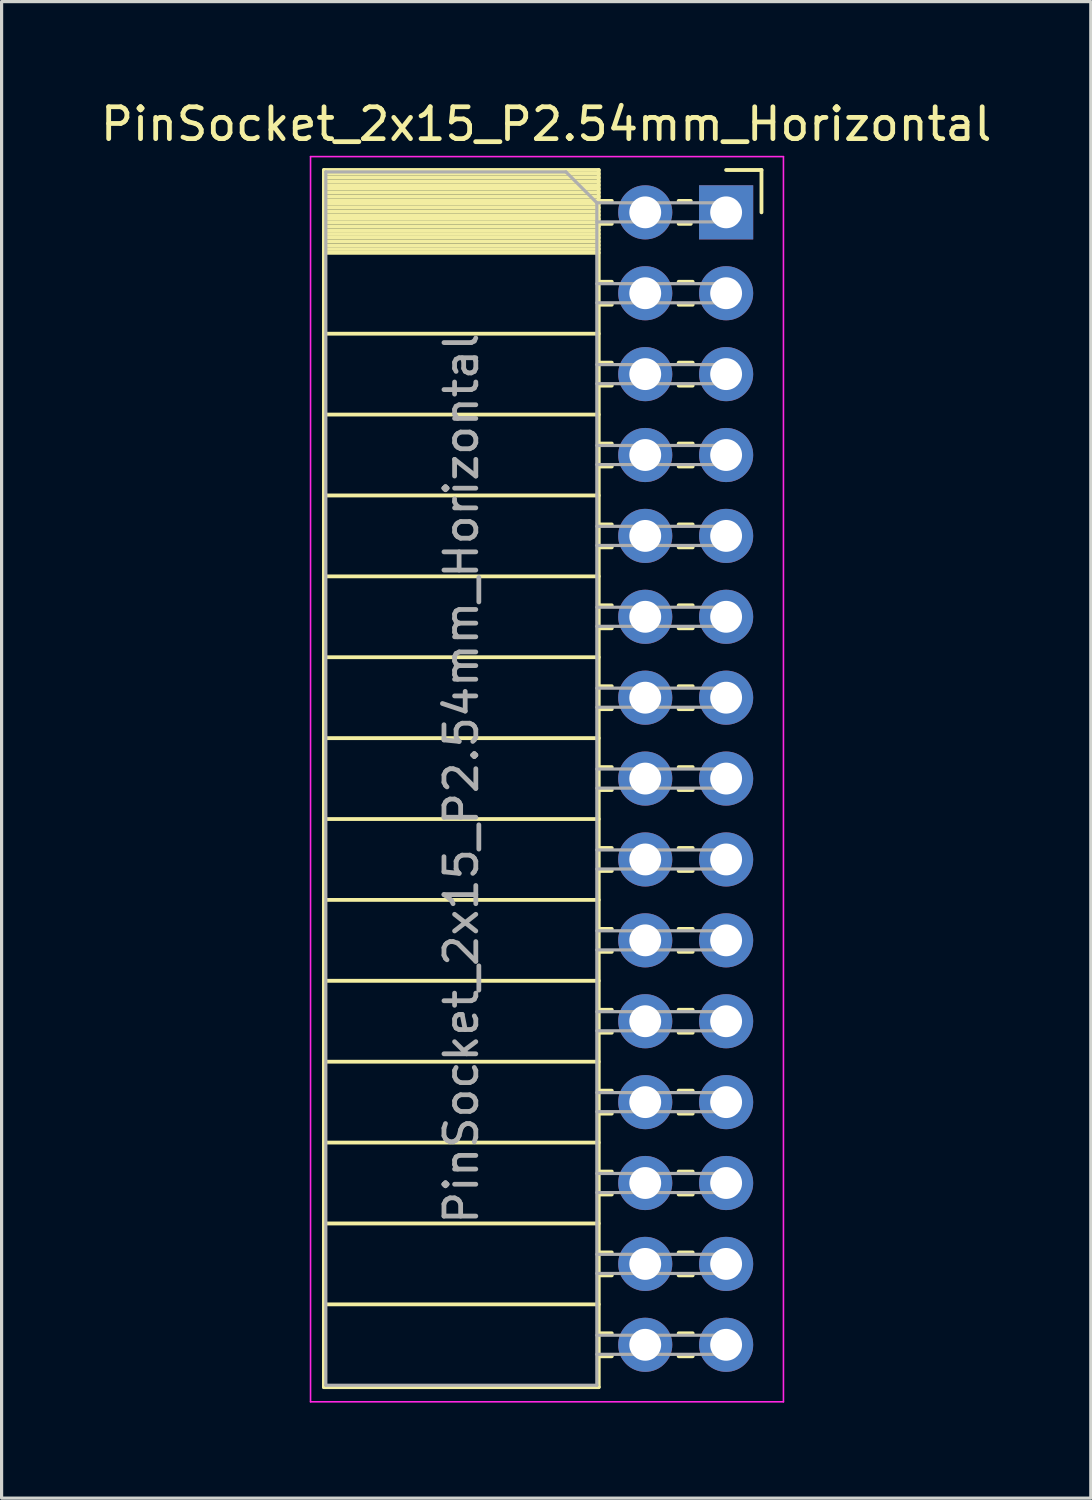
<source format=kicad_pcb>
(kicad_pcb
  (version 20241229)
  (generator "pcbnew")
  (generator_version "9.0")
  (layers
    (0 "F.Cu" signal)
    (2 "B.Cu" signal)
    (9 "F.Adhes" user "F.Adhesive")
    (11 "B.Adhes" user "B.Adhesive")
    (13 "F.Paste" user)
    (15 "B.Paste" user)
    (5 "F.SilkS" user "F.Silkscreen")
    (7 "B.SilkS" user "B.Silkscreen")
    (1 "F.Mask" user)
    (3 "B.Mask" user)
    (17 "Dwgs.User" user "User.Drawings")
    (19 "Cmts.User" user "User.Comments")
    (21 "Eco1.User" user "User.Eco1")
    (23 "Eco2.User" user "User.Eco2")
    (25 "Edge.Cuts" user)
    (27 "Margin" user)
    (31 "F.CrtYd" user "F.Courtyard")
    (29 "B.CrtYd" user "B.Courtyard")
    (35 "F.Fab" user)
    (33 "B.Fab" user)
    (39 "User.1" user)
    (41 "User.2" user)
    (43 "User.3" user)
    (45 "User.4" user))
  (footprint "PinSocket_2x15_P2.54mm_Horizontal"
    (layer "F.Cu")
    (at 19.751 3.618)
    (property "Reference" "PinSocket_2x15_P2.54mm_Horizontal" (at -5.65 -2.77 0) (layer "F.SilkS") (effects (font (size 1 1) (thickness 0.15))))
    (attr through_hole)
    (fp_line (start -12.63 -1.33) (end -12.63 36.89) (stroke (width 0.12) (type solid)) (layer "F.SilkS"))
    (fp_line (start -12.63 -1.33) (end -4 -1.33) (stroke (width 0.12) (type solid)) (layer "F.SilkS"))
    (fp_line (start -12.63 -1.21) (end -4 -1.21) (stroke (width 0.12) (type solid)) (layer "F.SilkS"))
    (fp_line (start -12.63 -1.092) (end -4 -1.092) (stroke (width 0.12) (type solid)) (layer "F.SilkS"))
    (fp_line (start -12.63 -0.974) (end -4 -0.974) (stroke (width 0.12) (type solid)) (layer "F.SilkS"))
    (fp_line (start -12.63 -0.856) (end -4 -0.856) (stroke (width 0.12) (type solid)) (layer "F.SilkS"))
    (fp_line (start -12.63 -0.738) (end -4 -0.738) (stroke (width 0.12) (type solid)) (layer "F.SilkS"))
    (fp_line (start -12.63 -0.62) (end -4 -0.62) (stroke (width 0.12) (type solid)) (layer "F.SilkS"))
    (fp_line (start -12.63 -0.501) (end -4 -0.501) (stroke (width 0.12) (type solid)) (layer "F.SilkS"))
    (fp_line (start -12.63 -0.383) (end -4 -0.383) (stroke (width 0.12) (type solid)) (layer "F.SilkS"))
    (fp_line (start -12.63 -0.265) (end -4 -0.265) (stroke (width 0.12) (type solid)) (layer "F.SilkS"))
    (fp_line (start -12.63 -0.147) (end -4 -0.147) (stroke (width 0.12) (type solid)) (layer "F.SilkS"))
    (fp_line (start -12.63 -0.029) (end -4 -0.029) (stroke (width 0.12) (type solid)) (layer "F.SilkS"))
    (fp_line (start -12.63 0.089) (end -4 0.089) (stroke (width 0.12) (type solid)) (layer "F.SilkS"))
    (fp_line (start -12.63 0.207) (end -4 0.207) (stroke (width 0.12) (type solid)) (layer "F.SilkS"))
    (fp_line (start -12.63 0.325) (end -4 0.325) (stroke (width 0.12) (type solid)) (layer "F.SilkS"))
    (fp_line (start -12.63 0.443) (end -4 0.443) (stroke (width 0.12) (type solid)) (layer "F.SilkS"))
    (fp_line (start -12.63 0.561) (end -4 0.561) (stroke (width 0.12) (type solid)) (layer "F.SilkS"))
    (fp_line (start -12.63 0.68) (end -4 0.68) (stroke (width 0.12) (type solid)) (layer "F.SilkS"))
    (fp_line (start -12.63 0.798) (end -4 0.798) (stroke (width 0.12) (type solid)) (layer "F.SilkS"))
    (fp_line (start -12.63 0.916) (end -4 0.916) (stroke (width 0.12) (type solid)) (layer "F.SilkS"))
    (fp_line (start -12.63 1.034) (end -4 1.034) (stroke (width 0.12) (type solid)) (layer "F.SilkS"))
    (fp_line (start -12.63 1.152) (end -4 1.152) (stroke (width 0.12) (type solid)) (layer "F.SilkS"))
    (fp_line (start -12.63 1.27) (end -4 1.27) (stroke (width 0.12) (type solid)) (layer "F.SilkS"))
    (fp_line (start -12.63 3.81) (end -4 3.81) (stroke (width 0.12) (type solid)) (layer "F.SilkS"))
    (fp_line (start -12.63 6.35) (end -4 6.35) (stroke (width 0.12) (type solid)) (layer "F.SilkS"))
    (fp_line (start -12.63 8.89) (end -4 8.89) (stroke (width 0.12) (type solid)) (layer "F.SilkS"))
    (fp_line (start -12.63 11.43) (end -4 11.43) (stroke (width 0.12) (type solid)) (layer "F.SilkS"))
    (fp_line (start -12.63 13.97) (end -4 13.97) (stroke (width 0.12) (type solid)) (layer "F.SilkS"))
    (fp_line (start -12.63 16.51) (end -4 16.51) (stroke (width 0.12) (type solid)) (layer "F.SilkS"))
    (fp_line (start -12.63 19.05) (end -4 19.05) (stroke (width 0.12) (type solid)) (layer "F.SilkS"))
    (fp_line (start -12.63 21.59) (end -4 21.59) (stroke (width 0.12) (type solid)) (layer "F.SilkS"))
    (fp_line (start -12.63 24.13) (end -4 24.13) (stroke (width 0.12) (type solid)) (layer "F.SilkS"))
    (fp_line (start -12.63 26.67) (end -4 26.67) (stroke (width 0.12) (type solid)) (layer "F.SilkS"))
    (fp_line (start -12.63 29.21) (end -4 29.21) (stroke (width 0.12) (type solid)) (layer "F.SilkS"))
    (fp_line (start -12.63 31.75) (end -4 31.75) (stroke (width 0.12) (type solid)) (layer "F.SilkS"))
    (fp_line (start -12.63 34.29) (end -4 34.29) (stroke (width 0.12) (type solid)) (layer "F.SilkS"))
    (fp_line (start -12.63 36.89) (end -4 36.89) (stroke (width 0.12) (type solid)) (layer "F.SilkS"))
    (fp_line (start -4 -1.33) (end -4 36.89) (stroke (width 0.12) (type solid)) (layer "F.SilkS"))
    (fp_line (start -4 -0.36) (end -3.59 -0.36) (stroke (width 0.12) (type solid)) (layer "F.SilkS"))
    (fp_line (start -4 0.36) (end -3.59 0.36) (stroke (width 0.12) (type solid)) (layer "F.SilkS"))
    (fp_line (start -4 2.18) (end -3.59 2.18) (stroke (width 0.12) (type solid)) (layer "F.SilkS"))
    (fp_line (start -4 2.9) (end -3.59 2.9) (stroke (width 0.12) (type solid)) (layer "F.SilkS"))
    (fp_line (start -4 4.72) (end -3.59 4.72) (stroke (width 0.12) (type solid)) (layer "F.SilkS"))
    (fp_line (start -4 5.44) (end -3.59 5.44) (stroke (width 0.12) (type solid)) (layer "F.SilkS"))
    (fp_line (start -4 7.26) (end -3.59 7.26) (stroke (width 0.12) (type solid)) (layer "F.SilkS"))
    (fp_line (start -4 7.98) (end -3.59 7.98) (stroke (width 0.12) (type solid)) (layer "F.SilkS"))
    (fp_line (start -4 9.8) (end -3.59 9.8) (stroke (width 0.12) (type solid)) (layer "F.SilkS"))
    (fp_line (start -4 10.52) (end -3.59 10.52) (stroke (width 0.12) (type solid)) (layer "F.SilkS"))
    (fp_line (start -4 12.34) (end -3.59 12.34) (stroke (width 0.12) (type solid)) (layer "F.SilkS"))
    (fp_line (start -4 13.06) (end -3.59 13.06) (stroke (width 0.12) (type solid)) (layer "F.SilkS"))
    (fp_line (start -4 14.88) (end -3.59 14.88) (stroke (width 0.12) (type solid)) (layer "F.SilkS"))
    (fp_line (start -4 15.6) (end -3.59 15.6) (stroke (width 0.12) (type solid)) (layer "F.SilkS"))
    (fp_line (start -4 17.42) (end -3.59 17.42) (stroke (width 0.12) (type solid)) (layer "F.SilkS"))
    (fp_line (start -4 18.14) (end -3.59 18.14) (stroke (width 0.12) (type solid)) (layer "F.SilkS"))
    (fp_line (start -4 19.96) (end -3.59 19.96) (stroke (width 0.12) (type solid)) (layer "F.SilkS"))
    (fp_line (start -4 20.68) (end -3.59 20.68) (stroke (width 0.12) (type solid)) (layer "F.SilkS"))
    (fp_line (start -4 22.5) (end -3.59 22.5) (stroke (width 0.12) (type solid)) (layer "F.SilkS"))
    (fp_line (start -4 23.22) (end -3.59 23.22) (stroke (width 0.12) (type solid)) (layer "F.SilkS"))
    (fp_line (start -4 25.04) (end -3.59 25.04) (stroke (width 0.12) (type solid)) (layer "F.SilkS"))
    (fp_line (start -4 25.76) (end -3.59 25.76) (stroke (width 0.12) (type solid)) (layer "F.SilkS"))
    (fp_line (start -4 27.58) (end -3.59 27.58) (stroke (width 0.12) (type solid)) (layer "F.SilkS"))
    (fp_line (start -4 28.3) (end -3.59 28.3) (stroke (width 0.12) (type solid)) (layer "F.SilkS"))
    (fp_line (start -4 30.12) (end -3.59 30.12) (stroke (width 0.12) (type solid)) (layer "F.SilkS"))
    (fp_line (start -4 30.84) (end -3.59 30.84) (stroke (width 0.12) (type solid)) (layer "F.SilkS"))
    (fp_line (start -4 32.66) (end -3.59 32.66) (stroke (width 0.12) (type solid)) (layer "F.SilkS"))
    (fp_line (start -4 33.38) (end -3.59 33.38) (stroke (width 0.12) (type solid)) (layer "F.SilkS"))
    (fp_line (start -4 35.2) (end -3.59 35.2) (stroke (width 0.12) (type solid)) (layer "F.SilkS"))
    (fp_line (start -4 35.92) (end -3.59 35.92) (stroke (width 0.12) (type solid)) (layer "F.SilkS"))
    (fp_line (start -1.49 -0.36) (end -1.11 -0.36) (stroke (width 0.12) (type solid)) (layer "F.SilkS"))
    (fp_line (start -1.49 0.36) (end -1.11 0.36) (stroke (width 0.12) (type solid)) (layer "F.SilkS"))
    (fp_line (start -1.49 2.18) (end -1.05 2.18) (stroke (width 0.12) (type solid)) (layer "F.SilkS"))
    (fp_line (start -1.49 2.9) (end -1.05 2.9) (stroke (width 0.12) (type solid)) (layer "F.SilkS"))
    (fp_line (start -1.49 4.72) (end -1.05 4.72) (stroke (width 0.12) (type solid)) (layer "F.SilkS"))
    (fp_line (start -1.49 5.44) (end -1.05 5.44) (stroke (width 0.12) (type solid)) (layer "F.SilkS"))
    (fp_line (start -1.49 7.26) (end -1.05 7.26) (stroke (width 0.12) (type solid)) (layer "F.SilkS"))
    (fp_line (start -1.49 7.98) (end -1.05 7.98) (stroke (width 0.12) (type solid)) (layer "F.SilkS"))
    (fp_line (start -1.49 9.8) (end -1.05 9.8) (stroke (width 0.12) (type solid)) (layer "F.SilkS"))
    (fp_line (start -1.49 10.52) (end -1.05 10.52) (stroke (width 0.12) (type solid)) (layer "F.SilkS"))
    (fp_line (start -1.49 12.34) (end -1.05 12.34) (stroke (width 0.12) (type solid)) (layer "F.SilkS"))
    (fp_line (start -1.49 13.06) (end -1.05 13.06) (stroke (width 0.12) (type solid)) (layer "F.SilkS"))
    (fp_line (start -1.49 14.88) (end -1.05 14.88) (stroke (width 0.12) (type solid)) (layer "F.SilkS"))
    (fp_line (start -1.49 15.6) (end -1.05 15.6) (stroke (width 0.12) (type solid)) (layer "F.SilkS"))
    (fp_line (start -1.49 17.42) (end -1.05 17.42) (stroke (width 0.12) (type solid)) (layer "F.SilkS"))
    (fp_line (start -1.49 18.14) (end -1.05 18.14) (stroke (width 0.12) (type solid)) (layer "F.SilkS"))
    (fp_line (start -1.49 19.96) (end -1.05 19.96) (stroke (width 0.12) (type solid)) (layer "F.SilkS"))
    (fp_line (start -1.49 20.68) (end -1.05 20.68) (stroke (width 0.12) (type solid)) (layer "F.SilkS"))
    (fp_line (start -1.49 22.5) (end -1.05 22.5) (stroke (width 0.12) (type solid)) (layer "F.SilkS"))
    (fp_line (start -1.49 23.22) (end -1.05 23.22) (stroke (width 0.12) (type solid)) (layer "F.SilkS"))
    (fp_line (start -1.49 25.04) (end -1.05 25.04) (stroke (width 0.12) (type solid)) (layer "F.SilkS"))
    (fp_line (start -1.49 25.76) (end -1.05 25.76) (stroke (width 0.12) (type solid)) (layer "F.SilkS"))
    (fp_line (start -1.49 27.58) (end -1.05 27.58) (stroke (width 0.12) (type solid)) (layer "F.SilkS"))
    (fp_line (start -1.49 28.3) (end -1.05 28.3) (stroke (width 0.12) (type solid)) (layer "F.SilkS"))
    (fp_line (start -1.49 30.12) (end -1.05 30.12) (stroke (width 0.12) (type solid)) (layer "F.SilkS"))
    (fp_line (start -1.49 30.84) (end -1.05 30.84) (stroke (width 0.12) (type solid)) (layer "F.SilkS"))
    (fp_line (start -1.49 32.66) (end -1.05 32.66) (stroke (width 0.12) (type solid)) (layer "F.SilkS"))
    (fp_line (start -1.49 33.38) (end -1.05 33.38) (stroke (width 0.12) (type solid)) (layer "F.SilkS"))
    (fp_line (start -1.49 35.2) (end -1.05 35.2) (stroke (width 0.12) (type solid)) (layer "F.SilkS"))
    (fp_line (start -1.49 35.92) (end -1.05 35.92) (stroke (width 0.12) (type solid)) (layer "F.SilkS"))
    (fp_line (start 0 -1.33) (end 1.11 -1.33) (stroke (width 0.12) (type solid)) (layer "F.SilkS"))
    (fp_line (start 1.11 -1.33) (end 1.11 0) (stroke (width 0.12) (type solid)) (layer "F.SilkS"))
    (fp_line (start -13.05 -1.75) (end -13.05 37.35) (stroke (width 0.05) (type solid)) (layer "F.CrtYd"))
    (fp_line (start -13.05 37.35) (end 1.8 37.35) (stroke (width 0.05) (type solid)) (layer "F.CrtYd"))
    (fp_line (start 1.8 -1.75) (end -13.05 -1.75) (stroke (width 0.05) (type solid)) (layer "F.CrtYd"))
    (fp_line (start 1.8 37.35) (end 1.8 -1.75) (stroke (width 0.05) (type solid)) (layer "F.CrtYd"))
    (fp_line (start -12.57 -1.27) (end -5.03 -1.27) (stroke (width 0.1) (type solid)) (layer "F.Fab"))
    (fp_line (start -12.57 36.83) (end -12.57 -1.27) (stroke (width 0.1) (type solid)) (layer "F.Fab"))
    (fp_line (start -5.03 -1.27) (end -4.06 -0.3) (stroke (width 0.1) (type solid)) (layer "F.Fab"))
    (fp_line (start -4.06 -0.3) (end -4.06 36.83) (stroke (width 0.1) (type solid)) (layer "F.Fab"))
    (fp_line (start -4.06 0.3) (end 0 0.3) (stroke (width 0.1) (type solid)) (layer "F.Fab"))
    (fp_line (start -4.06 2.84) (end 0 2.84) (stroke (width 0.1) (type solid)) (layer "F.Fab"))
    (fp_line (start -4.06 5.38) (end 0 5.38) (stroke (width 0.1) (type solid)) (layer "F.Fab"))
    (fp_line (start -4.06 7.92) (end 0 7.92) (stroke (width 0.1) (type solid)) (layer "F.Fab"))
    (fp_line (start -4.06 10.46) (end 0 10.46) (stroke (width 0.1) (type solid)) (layer "F.Fab"))
    (fp_line (start -4.06 13) (end 0 13) (stroke (width 0.1) (type solid)) (layer "F.Fab"))
    (fp_line (start -4.06 15.54) (end 0 15.54) (stroke (width 0.1) (type solid)) (layer "F.Fab"))
    (fp_line (start -4.06 18.08) (end 0 18.08) (stroke (width 0.1) (type solid)) (layer "F.Fab"))
    (fp_line (start -4.06 20.62) (end 0 20.62) (stroke (width 0.1) (type solid)) (layer "F.Fab"))
    (fp_line (start -4.06 23.16) (end 0 23.16) (stroke (width 0.1) (type solid)) (layer "F.Fab"))
    (fp_line (start -4.06 25.7) (end 0 25.7) (stroke (width 0.1) (type solid)) (layer "F.Fab"))
    (fp_line (start -4.06 28.24) (end 0 28.24) (stroke (width 0.1) (type solid)) (layer "F.Fab"))
    (fp_line (start -4.06 30.78) (end 0 30.78) (stroke (width 0.1) (type solid)) (layer "F.Fab"))
    (fp_line (start -4.06 33.32) (end 0 33.32) (stroke (width 0.1) (type solid)) (layer "F.Fab"))
    (fp_line (start -4.06 35.86) (end 0 35.86) (stroke (width 0.1) (type solid)) (layer "F.Fab"))
    (fp_line (start -4.06 36.83) (end -12.57 36.83) (stroke (width 0.1) (type solid)) (layer "F.Fab"))
    (fp_line (start 0 -0.3) (end -4.06 -0.3) (stroke (width 0.1) (type solid)) (layer "F.Fab"))
    (fp_line (start 0 0.3) (end 0 -0.3) (stroke (width 0.1) (type solid)) (layer "F.Fab"))
    (fp_line (start 0 2.24) (end -4.06 2.24) (stroke (width 0.1) (type solid)) (layer "F.Fab"))
    (fp_line (start 0 2.84) (end 0 2.24) (stroke (width 0.1) (type solid)) (layer "F.Fab"))
    (fp_line (start 0 4.78) (end -4.06 4.78) (stroke (width 0.1) (type solid)) (layer "F.Fab"))
    (fp_line (start 0 5.38) (end 0 4.78) (stroke (width 0.1) (type solid)) (layer "F.Fab"))
    (fp_line (start 0 7.32) (end -4.06 7.32) (stroke (width 0.1) (type solid)) (layer "F.Fab"))
    (fp_line (start 0 7.92) (end 0 7.32) (stroke (width 0.1) (type solid)) (layer "F.Fab"))
    (fp_line (start 0 9.86) (end -4.06 9.86) (stroke (width 0.1) (type solid)) (layer "F.Fab"))
    (fp_line (start 0 10.46) (end 0 9.86) (stroke (width 0.1) (type solid)) (layer "F.Fab"))
    (fp_line (start 0 12.4) (end -4.06 12.4) (stroke (width 0.1) (type solid)) (layer "F.Fab"))
    (fp_line (start 0 13) (end 0 12.4) (stroke (width 0.1) (type solid)) (layer "F.Fab"))
    (fp_line (start 0 14.94) (end -4.06 14.94) (stroke (width 0.1) (type solid)) (layer "F.Fab"))
    (fp_line (start 0 15.54) (end 0 14.94) (stroke (width 0.1) (type solid)) (layer "F.Fab"))
    (fp_line (start 0 17.48) (end -4.06 17.48) (stroke (width 0.1) (type solid)) (layer "F.Fab"))
    (fp_line (start 0 18.08) (end 0 17.48) (stroke (width 0.1) (type solid)) (layer "F.Fab"))
    (fp_line (start 0 20.02) (end -4.06 20.02) (stroke (width 0.1) (type solid)) (layer "F.Fab"))
    (fp_line (start 0 20.62) (end 0 20.02) (stroke (width 0.1) (type solid)) (layer "F.Fab"))
    (fp_line (start 0 22.56) (end -4.06 22.56) (stroke (width 0.1) (type solid)) (layer "F.Fab"))
    (fp_line (start 0 23.16) (end 0 22.56) (stroke (width 0.1) (type solid)) (layer "F.Fab"))
    (fp_line (start 0 25.1) (end -4.06 25.1) (stroke (width 0.1) (type solid)) (layer "F.Fab"))
    (fp_line (start 0 25.7) (end 0 25.1) (stroke (width 0.1) (type solid)) (layer "F.Fab"))
    (fp_line (start 0 27.64) (end -4.06 27.64) (stroke (width 0.1) (type solid)) (layer "F.Fab"))
    (fp_line (start 0 28.24) (end 0 27.64) (stroke (width 0.1) (type solid)) (layer "F.Fab"))
    (fp_line (start 0 30.18) (end -4.06 30.18) (stroke (width 0.1) (type solid)) (layer "F.Fab"))
    (fp_line (start 0 30.78) (end 0 30.18) (stroke (width 0.1) (type solid)) (layer "F.Fab"))
    (fp_line (start 0 32.72) (end -4.06 32.72) (stroke (width 0.1) (type solid)) (layer "F.Fab"))
    (fp_line (start 0 33.32) (end 0 32.72) (stroke (width 0.1) (type solid)) (layer "F.Fab"))
    (fp_line (start 0 35.26) (end -4.06 35.26) (stroke (width 0.1) (type solid)) (layer "F.Fab"))
    (fp_line (start 0 35.86) (end 0 35.26) (stroke (width 0.1) (type solid)) (layer "F.Fab"))
    (fp_text user "${REFERENCE}" (at -8.315 17.78 90) (layer "F.Fab") (effects (font (size 1 1) (thickness 0.15))))
    (pad "1" thru_hole rect (at 0 0) (size 1.7 1.7) (drill 1) (layers "*.Cu" "*.Mask"))
    (pad "2" thru_hole circle (at -2.54 0) (size 1.7 1.7) (drill 1) (layers "*.Cu" "*.Mask"))
    (pad "3" thru_hole circle (at 0 2.54) (size 1.7 1.7) (drill 1) (layers "*.Cu" "*.Mask"))
    (pad "4" thru_hole circle (at -2.54 2.54) (size 1.7 1.7) (drill 1) (layers "*.Cu" "*.Mask"))
    (pad "5" thru_hole circle (at 0 5.08) (size 1.7 1.7) (drill 1) (layers "*.Cu" "*.Mask"))
    (pad "6" thru_hole circle (at -2.54 5.08) (size 1.7 1.7) (drill 1) (layers "*.Cu" "*.Mask"))
    (pad "7" thru_hole circle (at 0 7.62) (size 1.7 1.7) (drill 1) (layers "*.Cu" "*.Mask"))
    (pad "8" thru_hole circle (at -2.54 7.62) (size 1.7 1.7) (drill 1) (layers "*.Cu" "*.Mask"))
    (pad "9" thru_hole circle (at 0 10.16) (size 1.7 1.7) (drill 1) (layers "*.Cu" "*.Mask"))
    (pad "10" thru_hole circle (at -2.54 10.16) (size 1.7 1.7) (drill 1) (layers "*.Cu" "*.Mask"))
    (pad "11" thru_hole circle (at 0 12.7) (size 1.7 1.7) (drill 1) (layers "*.Cu" "*.Mask"))
    (pad "12" thru_hole circle (at -2.54 12.7) (size 1.7 1.7) (drill 1) (layers "*.Cu" "*.Mask"))
    (pad "13" thru_hole circle (at 0 15.24) (size 1.7 1.7) (drill 1) (layers "*.Cu" "*.Mask"))
    (pad "14" thru_hole circle (at -2.54 15.24) (size 1.7 1.7) (drill 1) (layers "*.Cu" "*.Mask"))
    (pad "15" thru_hole circle (at 0 17.78) (size 1.7 1.7) (drill 1) (layers "*.Cu" "*.Mask"))
    (pad "16" thru_hole circle (at -2.54 17.78) (size 1.7 1.7) (drill 1) (layers "*.Cu" "*.Mask"))
    (pad "17" thru_hole circle (at 0 20.32) (size 1.7 1.7) (drill 1) (layers "*.Cu" "*.Mask"))
    (pad "18" thru_hole circle (at -2.54 20.32) (size 1.7 1.7) (drill 1) (layers "*.Cu" "*.Mask"))
    (pad "19" thru_hole circle (at 0 22.86) (size 1.7 1.7) (drill 1) (layers "*.Cu" "*.Mask"))
    (pad "20" thru_hole circle (at -2.54 22.86) (size 1.7 1.7) (drill 1) (layers "*.Cu" "*.Mask"))
    (pad "21" thru_hole circle (at 0 25.4) (size 1.7 1.7) (drill 1) (layers "*.Cu" "*.Mask"))
    (pad "22" thru_hole circle (at -2.54 25.4) (size 1.7 1.7) (drill 1) (layers "*.Cu" "*.Mask"))
    (pad "23" thru_hole circle (at 0 27.94) (size 1.7 1.7) (drill 1) (layers "*.Cu" "*.Mask"))
    (pad "24" thru_hole circle (at -2.54 27.94) (size 1.7 1.7) (drill 1) (layers "*.Cu" "*.Mask"))
    (pad "25" thru_hole circle (at 0 30.48) (size 1.7 1.7) (drill 1) (layers "*.Cu" "*.Mask"))
    (pad "26" thru_hole circle (at -2.54 30.48) (size 1.7 1.7) (drill 1) (layers "*.Cu" "*.Mask"))
    (pad "27" thru_hole circle (at 0 33.02) (size 1.7 1.7) (drill 1) (layers "*.Cu" "*.Mask"))
    (pad "28" thru_hole circle (at -2.54 33.02) (size 1.7 1.7) (drill 1) (layers "*.Cu" "*.Mask"))
    (pad "29" thru_hole circle (at 0 35.56) (size 1.7 1.7) (drill 1) (layers "*.Cu" "*.Mask"))
    (pad "30" thru_hole circle (at -2.54 35.56) (size 1.7 1.7) (drill 1) (layers "*.Cu" "*.Mask")))
  (gr_rect
    (start -3 -3)
    (end 31.202 43.993)
    (stroke (width 0.1) (type default))
    (fill no)
    (layer "Edge.Cuts")))
</source>
